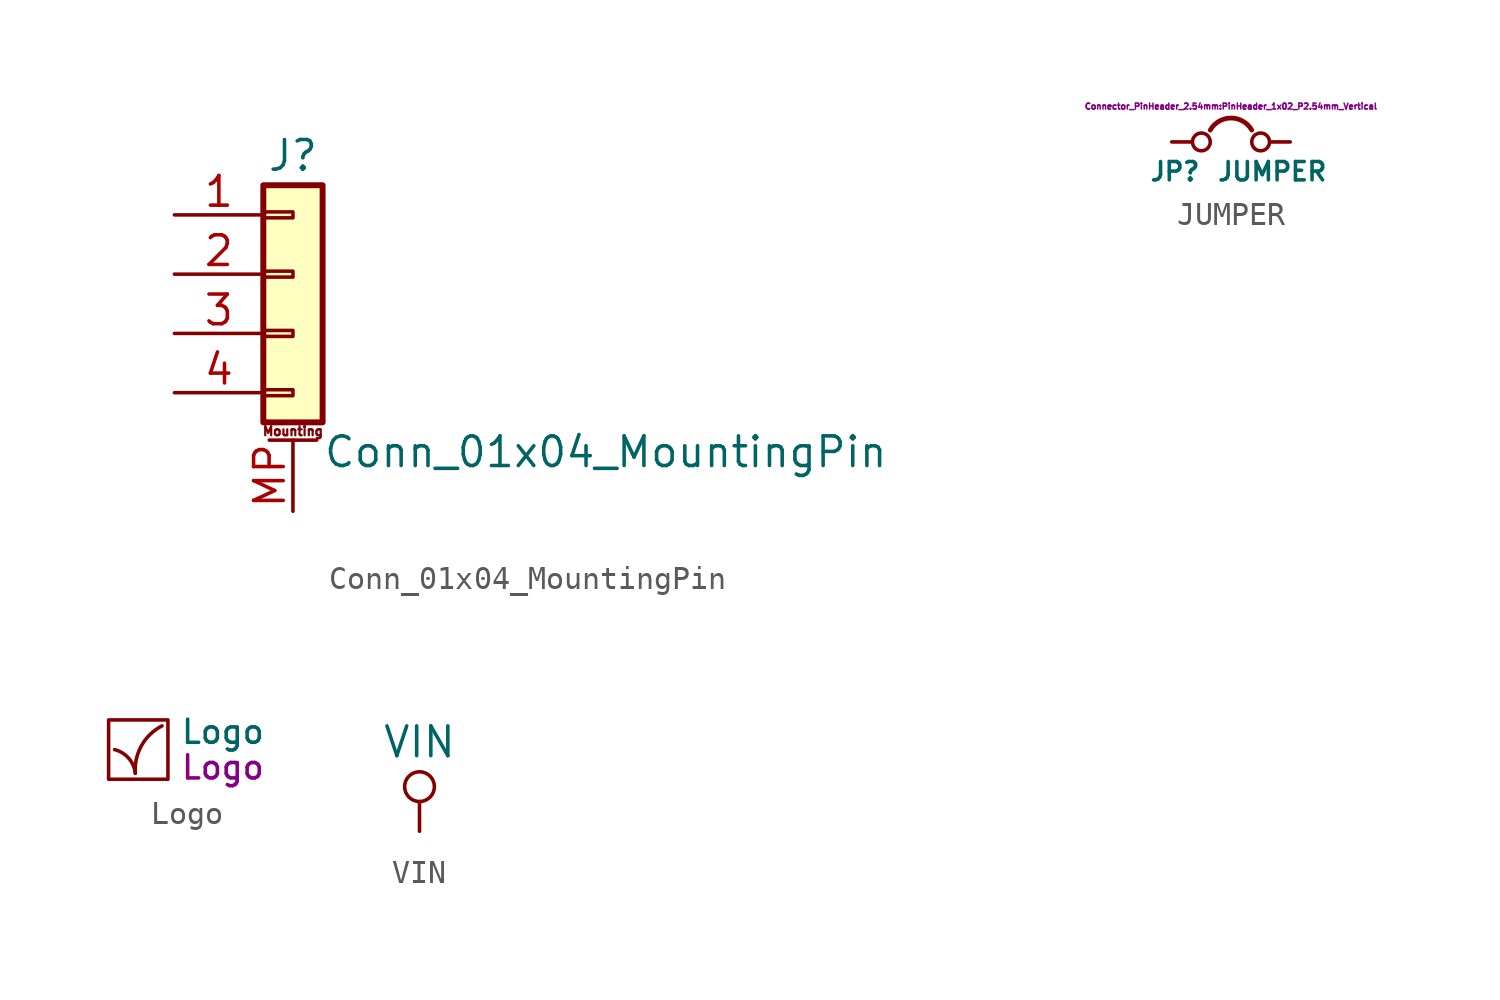
<source format=kicad_sym>
(kicad_symbol_lib
  (version 20220914)
  (generator kicad_symbol_editor)
  (symbol "Conn_01x04_MountingPin"
    (pin_names
      (offset 1.016) hide)
    (property "Reference" "J"
      (at 0 5.08 0)
      (effects (font (size 1.27 1.27))))
    (property "Value" "Conn_01x04_MountingPin"
      (at 1.27 -7.62 0)
      (effects (font (size 1.27 1.27)) (justify left)))
    (symbol "Conn_01x04_MountingPin_1_1"
      (rectangle (start -1.27 -4.953) (end 0 -5.207) (stroke (width 0.152) (type default)) (fill (type none)))
      (rectangle (start -1.27 -2.413) (end 0 -2.667) (stroke (width 0.152) (type default)) (fill (type none)))
      (rectangle (start -1.27 0.127) (end 0 -0.127) (stroke (width 0.152) (type default)) (fill (type none)))
      (rectangle (start -1.27 2.667) (end 0 2.413) (stroke (width 0.152) (type default)) (fill (type none)))
      (rectangle (start -1.27 3.81) (end 1.27 -6.35) (stroke (width 0.254) (type default)) (fill (type background)))
      (polyline (pts (xy -1.016 -7.112) (xy 1.016 -7.112)) (stroke (width 0.152) (type default)) (fill (type none)))
      (text "Mounting" (at 0 -6.731 0) (effects (font (size 0.381 0.381))))
      (pin passive line (at -5.08 2.54 0) (length 3.81) (name "Pin_1" (effects (font (size 1.27 1.27)))) (number "1" (effects (font (size 1.27 1.27)))))
      (pin passive line (at -5.08 0 0) (length 3.81) (name "Pin_2" (effects (font (size 1.27 1.27)))) (number "2" (effects (font (size 1.27 1.27)))))
      (pin passive line (at -5.08 -2.54 0) (length 3.81) (name "Pin_3" (effects (font (size 1.27 1.27)))) (number "3" (effects (font (size 1.27 1.27)))))
      (pin passive line (at -5.08 -5.08 0) (length 3.81) (name "Pin_4" (effects (font (size 1.27 1.27)))) (number "4" (effects (font (size 1.27 1.27)))))
      (pin passive line (at 0 -10.16 90) (length 3.048) (name "MountPin" (effects (font (size 1.27 1.27)))) (number "MP" (effects (font (size 1.27 1.27)))))))
  (symbol "JUMPER"
    (pin_numbers hide)
    (pin_names
      (offset 0.762) hide)
    (property "Reference" "JP"
      (at -1.27 -1.27 0)
      (effects (font (size 0.787 0.787)) (justify right)))
    (property "Value" "JUMPER"
      (at -0.635 -1.27 0)
      (effects (font (size 0.787 0.787)) (justify left)))
    (property "Footprint" "Connector_PinHeader_2.54mm:PinHeader_1x02_P2.54mm_Vertical"
      (at 0 1.524 0)
      (effects (font (size 0.254 0.254))))
    (property "Datasheet" ""
      (at 0 0 0)
      (effects (font (size 1.524 1.524))))
    (symbol "JUMPER_0_1"
      (circle (center -1.27 0) (radius 0.381) (stroke (width 0) (type default)) (fill (type none)))
      (arc (start 0.889 0.508) (mid 0 1.0239) (end -0.889 0.508) (stroke (width 0.2032) (type default)) (fill (type none)))
      (circle (center 1.27 0) (radius 0.381) (stroke (width 0) (type default)) (fill (type none)))
      (pin passive line (at -2.54 0 0) (length 0.813) (name "1" (effects (font (size 1.524 1.524)))) (number "1" (effects (font (size 0.991 0.991)))))
      (pin passive line (at 2.54 0 180) (length 0.813) (name "2" (effects (font (size 1.524 1.524)))) (number "2" (effects (font (size 0.991 0.991)))))))
  (symbol "Logo"
    (pin_numbers hide)
    (pin_names
      (offset 0) hide)
    (property "Reference" "LOGO"
      (at 0 -2.794 0)
      (effects (font (size 1.524 1.524)) hide))
    (property "Value" "Logo"
      (at 1.778 0.762 0)
      (effects (font (size 0.991 0.991)) (justify left)))
    (property "Footprint" "Logo"
      (at 1.778 -0.762 0)
      (effects (font (size 0.991 0.991)) (justify left)))
    (symbol "Logo_0_1"
      (rectangle (start -1.27 1.27) (end 1.27 -1.27) (stroke (width 0) (type default)) (fill (type none)))
      (arc (start -0.127 -1.016) (mid -0.413 -0.3693) (end -1.016 0) (stroke (width 0) (type default)) (fill (type none)))
      (arc (start 1.016 1.016) (mid 0.1393 0.1717) (end -0.127 -1.016) (stroke (width 0) (type default)) (fill (type none)))))
  (symbol "VIN"
    (power)
    (pin_names
      (offset 0))
    (property "Reference" "#PWR"
      (at 0 -3.81 0)
      (effects (font (size 1.27 1.27)) hide))
    (property "Value" "VIN"
      (at 0 3.81 0)
      (effects (font (size 1.27 1.27))))
    (property "Footprint" ""
      (at 0 0 0)
      (effects (font (size 1.524 1.524))))
    (property "Datasheet" ""
      (at 0 0 0)
      (effects (font (size 1.524 1.524))))
    (symbol "VIN_0_1"
      (polyline (pts (xy 0 0) (xy 0 1.27)) (stroke (width 0) (type default)) (fill (type none)))
      (circle (center 0 1.905) (radius 0.635) (stroke (width 0) (type default)) (fill (type none))))
    (symbol "VIN_1_1"
      (pin power_in line (at 0 0 90) (length 0) hide (name "VIN" (effects (font (size 1.27 1.27)))) (number "1" (effects (font (size 1.27 1.27))))))))
</source>
